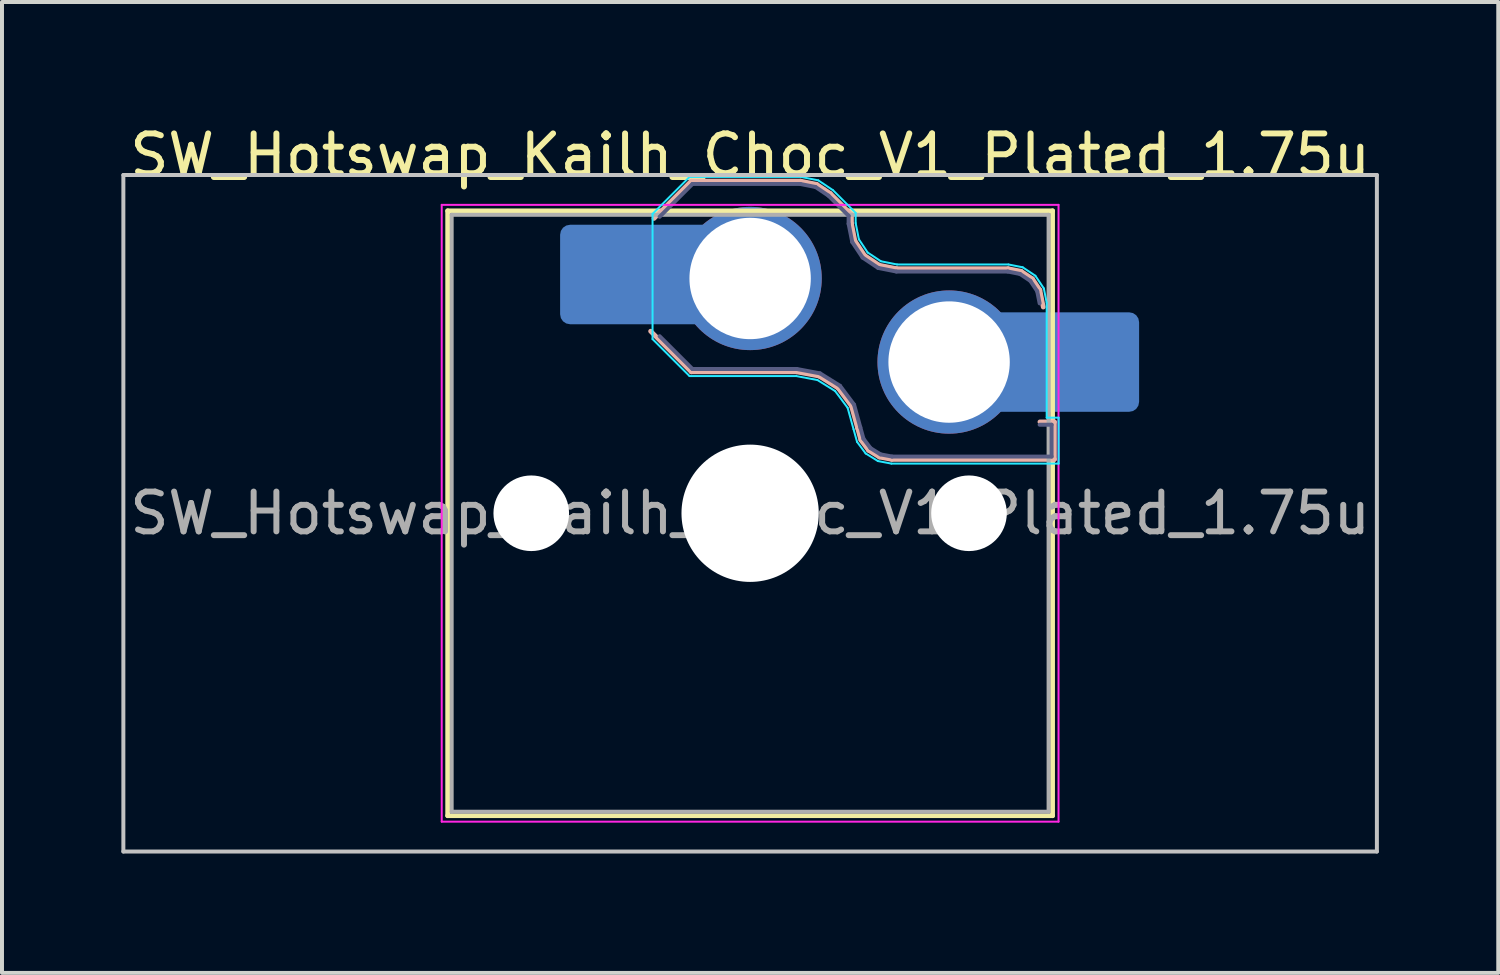
<source format=kicad_pcb>
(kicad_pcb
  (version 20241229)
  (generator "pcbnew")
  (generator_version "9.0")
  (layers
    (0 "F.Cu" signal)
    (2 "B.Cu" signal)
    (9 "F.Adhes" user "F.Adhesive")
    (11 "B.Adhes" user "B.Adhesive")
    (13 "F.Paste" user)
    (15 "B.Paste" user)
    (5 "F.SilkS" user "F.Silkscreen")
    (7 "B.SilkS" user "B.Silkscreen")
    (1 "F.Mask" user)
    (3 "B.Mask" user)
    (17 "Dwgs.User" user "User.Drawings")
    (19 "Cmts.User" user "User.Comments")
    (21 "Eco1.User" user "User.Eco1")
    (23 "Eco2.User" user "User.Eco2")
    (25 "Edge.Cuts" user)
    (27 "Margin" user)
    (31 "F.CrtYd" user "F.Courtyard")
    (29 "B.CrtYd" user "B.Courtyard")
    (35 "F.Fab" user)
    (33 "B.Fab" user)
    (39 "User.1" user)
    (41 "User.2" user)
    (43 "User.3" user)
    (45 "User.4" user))
  (footprint "SW_Hotswap_Kailh_Choc_V1_Plated_1.75u"
    (layer "F.Cu")
    (at 15.8 9.848)
    (property "Reference" "SW_Hotswap_Kailh_Choc_V1_Plated_1.75u" (at 0 -9 0) (layer "F.SilkS") (effects (font (size 1 1) (thickness 0.15))))
    (attr smd)
    (fp_line (start -7.6 -7.6) (end -7.6 7.6) (stroke (width 0.12) (type solid)) (layer "F.SilkS"))
    (fp_line (start -7.6 7.6) (end 7.6 7.6) (stroke (width 0.12) (type solid)) (layer "F.SilkS"))
    (fp_line (start 7.6 -7.6) (end -7.6 -7.6) (stroke (width 0.12) (type solid)) (layer "F.SilkS"))
    (fp_line (start 7.6 7.6) (end 7.6 -7.6) (stroke (width 0.12) (type solid)) (layer "F.SilkS"))
    (fp_line (start -2.416 -7.409) (end -1.479 -8.346) (stroke (width 0.12) (type solid)) (layer "B.SilkS"))
    (fp_line (start -1.479 -8.346) (end 1.268 -8.346) (stroke (width 0.12) (type solid)) (layer "B.SilkS"))
    (fp_line (start -1.479 -3.554) (end -2.5 -4.575) (stroke (width 0.12) (type solid)) (layer "B.SilkS"))
    (fp_line (start 1.168 -3.554) (end -1.479 -3.554) (stroke (width 0.12) (type solid)) (layer "B.SilkS"))
    (fp_line (start 1.268 -8.346) (end 1.671 -8.266) (stroke (width 0.12) (type solid)) (layer "B.SilkS"))
    (fp_line (start 1.671 -8.266) (end 2.013 -8.037) (stroke (width 0.12) (type solid)) (layer "B.SilkS"))
    (fp_line (start 1.73 -3.449) (end 1.168 -3.554) (stroke (width 0.12) (type solid)) (layer "B.SilkS"))
    (fp_line (start 2.013 -8.037) (end 2.546 -7.504) (stroke (width 0.12) (type solid)) (layer "B.SilkS"))
    (fp_line (start 2.209 -3.15) (end 1.73 -3.449) (stroke (width 0.12) (type solid)) (layer "B.SilkS"))
    (fp_line (start 2.546 -7.504) (end 2.546 -7.282) (stroke (width 0.12) (type solid)) (layer "B.SilkS"))
    (fp_line (start 2.546 -7.282) (end 2.633 -6.844) (stroke (width 0.12) (type solid)) (layer "B.SilkS"))
    (fp_line (start 2.547 -2.697) (end 2.209 -3.15) (stroke (width 0.12) (type solid)) (layer "B.SilkS"))
    (fp_line (start 2.633 -6.844) (end 2.877 -6.477) (stroke (width 0.12) (type solid)) (layer "B.SilkS"))
    (fp_line (start 2.701 -2.139) (end 2.547 -2.697) (stroke (width 0.12) (type solid)) (layer "B.SilkS"))
    (fp_line (start 2.783 -1.841) (end 2.701 -2.139) (stroke (width 0.12) (type solid)) (layer "B.SilkS"))
    (fp_line (start 2.877 -6.477) (end 3.244 -6.233) (stroke (width 0.12) (type solid)) (layer "B.SilkS"))
    (fp_line (start 2.976 -1.583) (end 2.783 -1.841) (stroke (width 0.12) (type solid)) (layer "B.SilkS"))
    (fp_line (start 3.244 -6.233) (end 3.682 -6.146) (stroke (width 0.12) (type solid)) (layer "B.SilkS"))
    (fp_line (start 3.25 -1.413) (end 2.976 -1.583) (stroke (width 0.12) (type solid)) (layer "B.SilkS"))
    (fp_line (start 3.56 -1.354) (end 3.25 -1.413) (stroke (width 0.12) (type solid)) (layer "B.SilkS"))
    (fp_line (start 3.682 -6.146) (end 6.482 -6.146) (stroke (width 0.12) (type solid)) (layer "B.SilkS"))
    (fp_line (start 6.482 -6.146) (end 6.809 -6.081) (stroke (width 0.12) (type solid)) (layer "B.SilkS"))
    (fp_line (start 6.809 -6.081) (end 7.092 -5.892) (stroke (width 0.12) (type solid)) (layer "B.SilkS"))
    (fp_line (start 7.092 -5.892) (end 7.281 -5.609) (stroke (width 0.12) (type solid)) (layer "B.SilkS"))
    (fp_line (start 7.281 -5.609) (end 7.366 -5.182) (stroke (width 0.12) (type solid)) (layer "B.SilkS"))
    (fp_line (start 7.283 -2.296) (end 7.646 -2.296) (stroke (width 0.12) (type solid)) (layer "B.SilkS"))
    (fp_line (start 7.646 -2.296) (end 7.646 -1.354) (stroke (width 0.12) (type solid)) (layer "B.SilkS"))
    (fp_line (start 7.646 -1.354) (end 3.56 -1.354) (stroke (width 0.12) (type solid)) (layer "B.SilkS"))
    (fp_line (start -15.75 -8.5) (end -15.75 8.5) (stroke (width 0.1) (type solid)) (layer "Dwgs.User"))
    (fp_line (start -15.75 8.5) (end 15.75 8.5) (stroke (width 0.1) (type solid)) (layer "Dwgs.User"))
    (fp_line (start 15.75 -8.5) (end -15.75 -8.5) (stroke (width 0.1) (type solid)) (layer "Dwgs.User"))
    (fp_line (start 15.75 8.5) (end 15.75 -8.5) (stroke (width 0.1) (type solid)) (layer "Dwgs.User"))
    (fp_line (start -7.25 -7.25) (end -7.25 7.25) (stroke (width 0.1) (type solid)) (layer "Eco1.User"))
    (fp_line (start -7.25 7.25) (end 7.25 7.25) (stroke (width 0.1) (type solid)) (layer "Eco1.User"))
    (fp_line (start 7.25 -7.25) (end -7.25 -7.25) (stroke (width 0.1) (type solid)) (layer "Eco1.User"))
    (fp_line (start 7.25 7.25) (end 7.25 -7.25) (stroke (width 0.1) (type solid)) (layer "Eco1.User"))
    (fp_line (start -2.452 -7.523) (end -1.523 -8.452) (stroke (width 0.05) (type solid)) (layer "B.CrtYd"))
    (fp_line (start -2.452 -4.377) (end -2.452 -7.523) (stroke (width 0.05) (type solid)) (layer "B.CrtYd"))
    (fp_line (start -1.523 -8.452) (end 1.278 -8.452) (stroke (width 0.05) (type solid)) (layer "B.CrtYd"))
    (fp_line (start -1.523 -3.448) (end -2.452 -4.377) (stroke (width 0.05) (type solid)) (layer "B.CrtYd"))
    (fp_line (start 1.159 -3.448) (end -1.523 -3.448) (stroke (width 0.05) (type solid)) (layer "B.CrtYd"))
    (fp_line (start 1.278 -8.452) (end 1.712 -8.366) (stroke (width 0.05) (type solid)) (layer "B.CrtYd"))
    (fp_line (start 1.691 -3.348) (end 1.159 -3.448) (stroke (width 0.05) (type solid)) (layer "B.CrtYd"))
    (fp_line (start 1.712 -8.366) (end 2.081 -8.119) (stroke (width 0.05) (type solid)) (layer "B.CrtYd"))
    (fp_line (start 2.081 -8.119) (end 2.652 -7.548) (stroke (width 0.05) (type solid)) (layer "B.CrtYd"))
    (fp_line (start 2.136 -3.071) (end 1.691 -3.348) (stroke (width 0.05) (type solid)) (layer "B.CrtYd"))
    (fp_line (start 2.45 -2.65) (end 2.136 -3.071) (stroke (width 0.05) (type solid)) (layer "B.CrtYd"))
    (fp_line (start 2.599 -2.111) (end 2.45 -2.65) (stroke (width 0.05) (type solid)) (layer "B.CrtYd"))
    (fp_line (start 2.652 -7.548) (end 2.652 -7.292) (stroke (width 0.05) (type solid)) (layer "B.CrtYd"))
    (fp_line (start 2.652 -7.292) (end 2.733 -6.885) (stroke (width 0.05) (type solid)) (layer "B.CrtYd"))
    (fp_line (start 2.687 -1.794) (end 2.599 -2.111) (stroke (width 0.05) (type solid)) (layer "B.CrtYd"))
    (fp_line (start 2.733 -6.885) (end 2.953 -6.553) (stroke (width 0.05) (type solid)) (layer "B.CrtYd"))
    (fp_line (start 2.903 -1.503) (end 2.687 -1.794) (stroke (width 0.05) (type solid)) (layer "B.CrtYd"))
    (fp_line (start 2.953 -6.553) (end 3.285 -6.333) (stroke (width 0.05) (type solid)) (layer "B.CrtYd"))
    (fp_line (start 3.211 -1.312) (end 2.903 -1.503) (stroke (width 0.05) (type solid)) (layer "B.CrtYd"))
    (fp_line (start 3.285 -6.333) (end 3.692 -6.252) (stroke (width 0.05) (type solid)) (layer "B.CrtYd"))
    (fp_line (start 3.55 -1.248) (end 3.211 -1.312) (stroke (width 0.05) (type solid)) (layer "B.CrtYd"))
    (fp_line (start 3.692 -6.252) (end 6.492 -6.252) (stroke (width 0.05) (type solid)) (layer "B.CrtYd"))
    (fp_line (start 6.492 -6.252) (end 6.85 -6.181) (stroke (width 0.05) (type solid)) (layer "B.CrtYd"))
    (fp_line (start 6.85 -6.181) (end 7.168 -5.968) (stroke (width 0.05) (type solid)) (layer "B.CrtYd"))
    (fp_line (start 7.168 -5.968) (end 7.381 -5.65) (stroke (width 0.05) (type solid)) (layer "B.CrtYd"))
    (fp_line (start 7.381 -5.65) (end 7.452 -5.292) (stroke (width 0.05) (type solid)) (layer "B.CrtYd"))
    (fp_line (start 7.452 -5.292) (end 7.452 -2.402) (stroke (width 0.05) (type solid)) (layer "B.CrtYd"))
    (fp_line (start 7.452 -2.402) (end 7.752 -2.402) (stroke (width 0.05) (type solid)) (layer "B.CrtYd"))
    (fp_line (start 7.752 -2.402) (end 7.752 -1.248) (stroke (width 0.05) (type solid)) (layer "B.CrtYd"))
    (fp_line (start 7.752 -1.248) (end 3.55 -1.248) (stroke (width 0.05) (type solid)) (layer "B.CrtYd"))
    (fp_line (start -7.75 -7.75) (end -7.75 7.75) (stroke (width 0.05) (type solid)) (layer "F.CrtYd"))
    (fp_line (start -7.75 7.75) (end 7.75 7.75) (stroke (width 0.05) (type solid)) (layer "F.CrtYd"))
    (fp_line (start 7.75 -7.75) (end -7.75 -7.75) (stroke (width 0.05) (type solid)) (layer "F.CrtYd"))
    (fp_line (start 7.75 7.75) (end 7.75 -7.75) (stroke (width 0.05) (type solid)) (layer "F.CrtYd"))
    (fp_line (start -2.275 -7.45) (end -1.45 -8.275) (stroke (width 0.1) (type solid)) (layer "B.Fab"))
    (fp_line (start -1.45 -8.275) (end 1.261 -8.275) (stroke (width 0.1) (type solid)) (layer "B.Fab"))
    (fp_line (start -1.45 -3.625) (end -2.275 -4.45) (stroke (width 0.1) (type solid)) (layer "B.Fab"))
    (fp_line (start 1.175 -3.625) (end -1.45 -3.625) (stroke (width 0.1) (type solid)) (layer "B.Fab"))
    (fp_line (start 1.261 -8.275) (end 1.643 -8.199) (stroke (width 0.1) (type solid)) (layer "B.Fab"))
    (fp_line (start 1.643 -8.199) (end 1.968 -7.982) (stroke (width 0.1) (type solid)) (layer "B.Fab"))
    (fp_line (start 1.756 -3.516) (end 1.175 -3.625) (stroke (width 0.1) (type solid)) (layer "B.Fab"))
    (fp_line (start 1.968 -7.982) (end 2.475 -7.475) (stroke (width 0.1) (type solid)) (layer "B.Fab"))
    (fp_line (start 2.258 -3.203) (end 1.756 -3.516) (stroke (width 0.1) (type solid)) (layer "B.Fab"))
    (fp_line (start 2.475 -7.475) (end 2.475 -7.275) (stroke (width 0.1) (type solid)) (layer "B.Fab"))
    (fp_line (start 2.475 -7.275) (end 2.566 -6.816) (stroke (width 0.1) (type solid)) (layer "B.Fab"))
    (fp_line (start 2.566 -6.816) (end 2.826 -6.426) (stroke (width 0.1) (type solid)) (layer "B.Fab"))
    (fp_line (start 2.612 -2.729) (end 2.258 -3.203) (stroke (width 0.1) (type solid)) (layer "B.Fab"))
    (fp_line (start 2.769 -2.158) (end 2.612 -2.729) (stroke (width 0.1) (type solid)) (layer "B.Fab"))
    (fp_line (start 2.826 -6.426) (end 3.216 -6.166) (stroke (width 0.1) (type solid)) (layer "B.Fab"))
    (fp_line (start 2.848 -1.873) (end 2.769 -2.158) (stroke (width 0.1) (type solid)) (layer "B.Fab"))
    (fp_line (start 3.025 -1.636) (end 2.848 -1.873) (stroke (width 0.1) (type solid)) (layer "B.Fab"))
    (fp_line (start 3.216 -6.166) (end 3.675 -6.075) (stroke (width 0.1) (type solid)) (layer "B.Fab"))
    (fp_line (start 3.276 -1.48) (end 3.025 -1.636) (stroke (width 0.1) (type solid)) (layer "B.Fab"))
    (fp_line (start 3.567 -1.425) (end 3.276 -1.48) (stroke (width 0.1) (type solid)) (layer "B.Fab"))
    (fp_line (start 3.675 -6.075) (end 6.475 -6.075) (stroke (width 0.1) (type solid)) (layer "B.Fab"))
    (fp_line (start 6.475 -6.075) (end 6.781 -6.014) (stroke (width 0.1) (type solid)) (layer "B.Fab"))
    (fp_line (start 6.781 -6.014) (end 7.041 -5.841) (stroke (width 0.1) (type solid)) (layer "B.Fab"))
    (fp_line (start 7.041 -5.841) (end 7.214 -5.581) (stroke (width 0.1) (type solid)) (layer "B.Fab"))
    (fp_line (start 7.214 -5.581) (end 7.275 -5.275) (stroke (width 0.1) (type solid)) (layer "B.Fab"))
    (fp_line (start 7.275 -2.225) (end 7.575 -2.225) (stroke (width 0.1) (type solid)) (layer "B.Fab"))
    (fp_line (start 7.575 -2.225) (end 7.575 -1.425) (stroke (width 0.1) (type solid)) (layer "B.Fab"))
    (fp_line (start 7.575 -1.425) (end 3.567 -1.425) (stroke (width 0.1) (type solid)) (layer "B.Fab"))
    (fp_line (start -7.5 -7.5) (end -7.5 7.5) (stroke (width 0.1) (type solid)) (layer "F.Fab"))
    (fp_line (start -7.5 7.5) (end 7.5 7.5) (stroke (width 0.1) (type solid)) (layer "F.Fab"))
    (fp_line (start 7.5 -7.5) (end -7.5 -7.5) (stroke (width 0.1) (type solid)) (layer "F.Fab"))
    (fp_line (start 7.5 7.5) (end 7.5 -7.5) (stroke (width 0.1) (type solid)) (layer "F.Fab"))
    (fp_text user "${REFERENCE}" (at 0 0 0) (layer "F.Fab") (effects (font (size 1 1) (thickness 0.15))))
    (pad "" np_thru_hole circle (at -5.5 0) (size 1.9 1.9) (drill 1.9) (layers "*.Cu" "*.Mask"))
    (pad "" smd roundrect (at -3.5 -6) (size 2.55 2.5) (layers "B.Mask" "B.Paste") (roundrect_rratio 0.1))
    (pad "" np_thru_hole circle (at 0 0) (size 3.45 3.45) (drill 3.45) (layers "*.Cu" "*.Mask"))
    (pad "" np_thru_hole circle (at 5.5 0) (size 1.9 1.9) (drill 1.9) (layers "*.Cu" "*.Mask"))
    (pad "" smd roundrect (at 8.5 -3.8) (size 2.55 2.5) (layers "B.Mask" "B.Paste") (roundrect_rratio 0.1))
    (pad "1" smd roundrect (at -2.85 -6) (size 3.85 2.5) (layers "B.Cu") (roundrect_rratio 0.1))
    (pad "1" thru_hole circle (at 0 -5.9) (size 3.6 3.6) (drill 3.05) (layers "*.Cu" "*.Mask"))
    (pad "2" thru_hole circle (at 5 -3.8) (size 3.6 3.6) (drill 3.05) (layers "*.Cu" "*.Mask"))
    (pad "2" smd roundrect (at 7.85 -3.8) (size 3.85 2.5) (layers "B.Cu") (roundrect_rratio 0.1)))
  (gr_rect
    (start -3 -3)
    (end 34.6 21.398)
    (stroke (width 0.1) (type default))
    (fill no)
    (layer "Edge.Cuts")))
</source>
